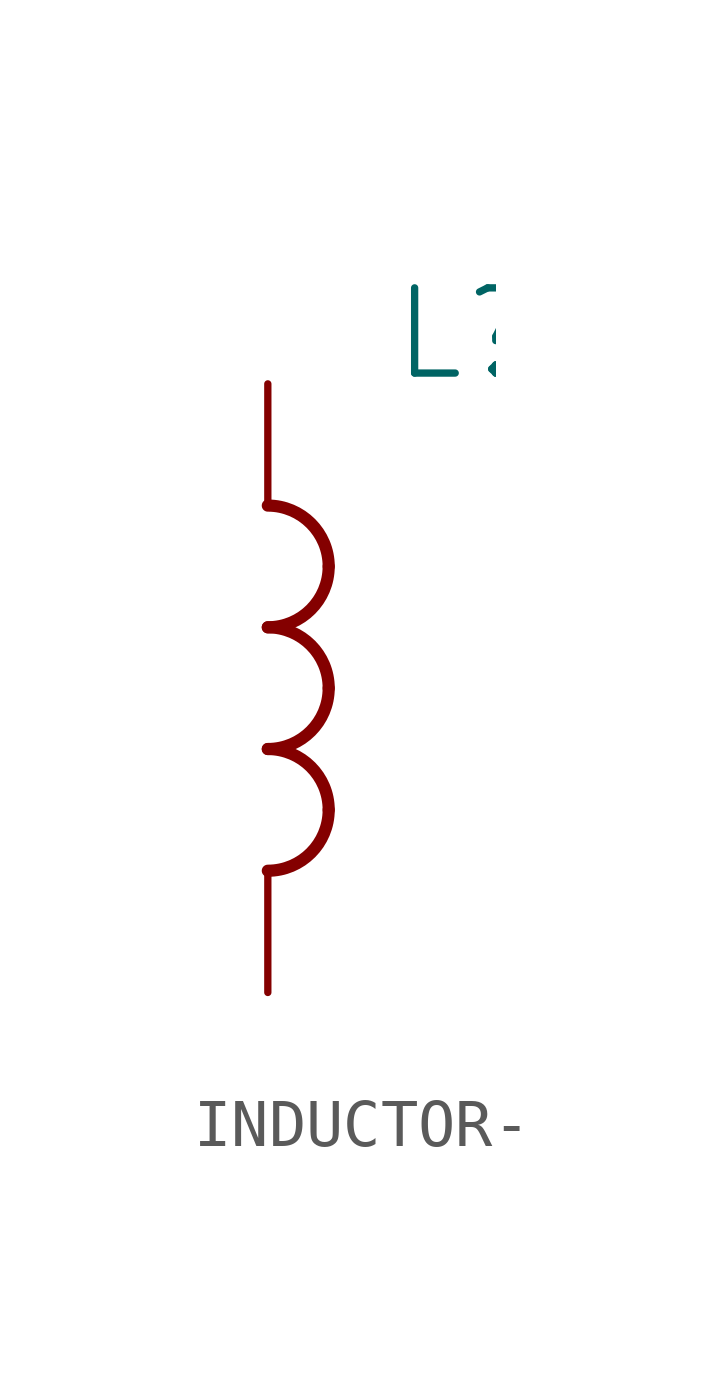
<source format=kicad_sym>
(kicad_symbol_lib
  (version 20231120)
  (generator "kicad_symbol_editor")
  (generator_version "8.0")
  (symbol "INDUCTOR-"
    (property "Reference" "L"
      (at 2.54 5.08 0)
      (effects (font (size 1.778 1.778)) (justify left bottom)))
    (property "Value" ""
      (at 2.54 -5.08 0)
      (effects (font (size 1.778 1.778)) (justify left bottom)))
    (property "ki_locked" ""
      (at 0 0 0)
      (effects (font (size 1.27 1.27))))
    (symbol "INDUCTOR-_1_0"
      (arc (start 0 -5.08) (mid 0.898 -4.708) (end 1.27 -3.81) (stroke (width 0.254) (type solid)) (fill (type none)))
      (arc (start 0 -2.54) (mid 0.898 -2.168) (end 1.27 -1.27) (stroke (width 0.254) (type solid)) (fill (type none)))
      (arc (start 0 0) (mid 0.898 0.372) (end 1.27 1.27) (stroke (width 0.254) (type solid)) (fill (type none)))
      (arc (start 1.27 -3.81) (mid 0.898 -2.912) (end 0 -2.54) (stroke (width 0.254) (type solid)) (fill (type none)))
      (arc (start 1.27 -1.27) (mid 0.898 -0.372) (end 0 0) (stroke (width 0.254) (type solid)) (fill (type none)))
      (arc (start 1.27 1.27) (mid 0.898 2.168) (end 0 2.54) (stroke (width 0.254) (type solid)) (fill (type none)))
      (pin passive line (at 0 5.08 270) (length 2.54) (name "1" (effects (font (size 0 0)))) (number "1" (effects (font (size 0 0)))))
      (pin passive line (at 0 -7.62 90) (length 2.54) (name "2" (effects (font (size 0 0)))) (number "2" (effects (font (size 0 0))))))))
</source>
